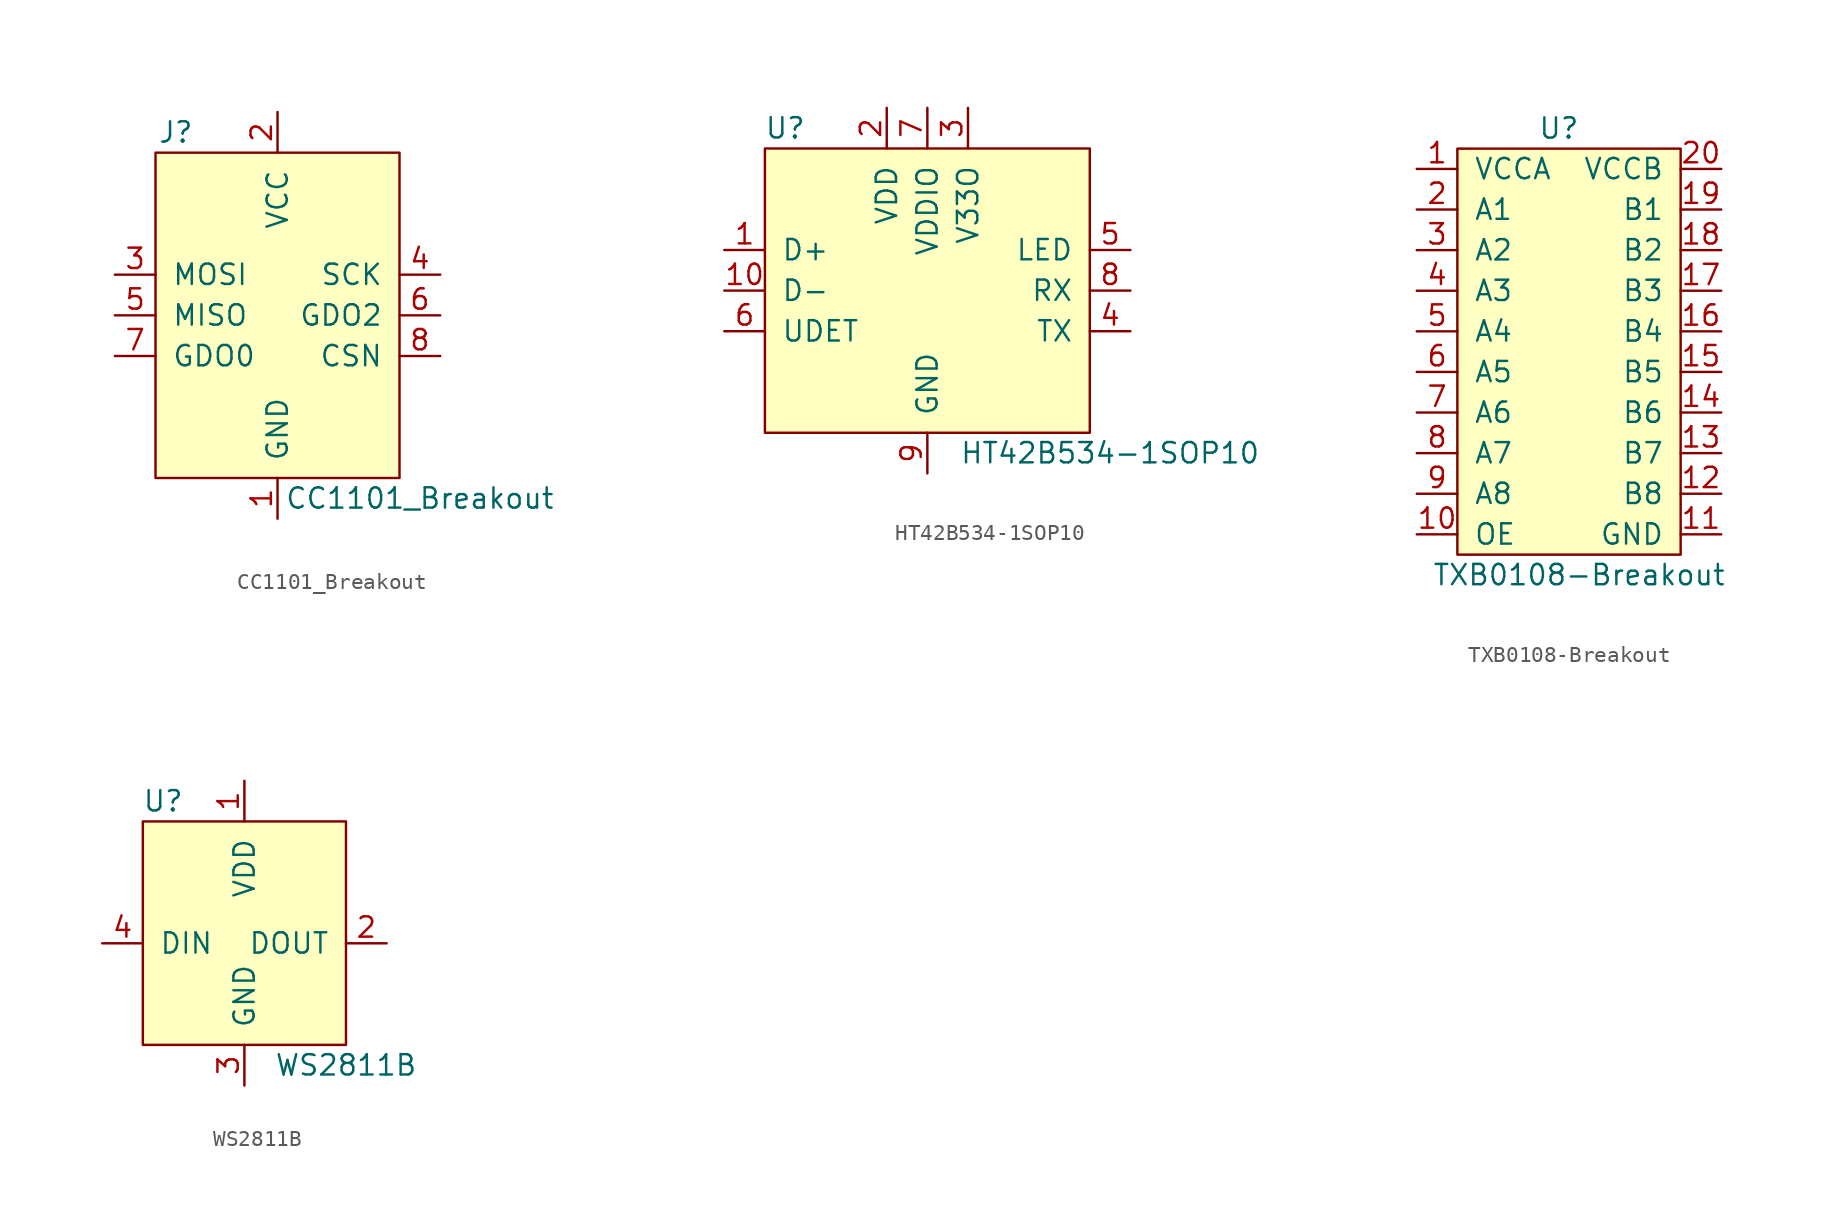
<source format=kicad_sym>
(kicad_symbol_lib
  (version 20220914)
  (generator kicad_symbol_editor)
  (symbol "CC1101_Breakout"
    (pin_names
      (offset 1.016))
    (property "Reference" "J"
      (at -6.35 10.16 0)
      (effects (font (size 1.27 1.27))))
    (property "Value" "CC1101_Breakout"
      (at 8.89 -12.7 0)
      (effects (font (size 1.27 1.27))))
    (symbol "CC1101_Breakout_0_1"
      (rectangle (start -7.62 8.89) (end 7.62 -11.43) (stroke (width 0) (type solid)) (fill (type background))))
    (symbol "CC1101_Breakout_1_1"
      (pin power_in line (at 0 -13.97 90) (length 2.54) (name "GND" (effects (font (size 1.27 1.27)))) (number "1" (effects (font (size 1.27 1.27)))))
      (pin power_in line (at 0 11.43 270) (length 2.54) (name "VCC" (effects (font (size 1.27 1.27)))) (number "2" (effects (font (size 1.27 1.27)))))
      (pin input line (at -10.16 1.27 0) (length 2.54) (name "MOSI" (effects (font (size 1.27 1.27)))) (number "3" (effects (font (size 1.27 1.27)))))
      (pin input line (at 10.16 1.27 180) (length 2.54) (name "SCK" (effects (font (size 1.27 1.27)))) (number "4" (effects (font (size 1.27 1.27)))))
      (pin output line (at -10.16 -1.27 0) (length 2.54) (name "MISO" (effects (font (size 1.27 1.27)))) (number "5" (effects (font (size 1.27 1.27)))))
      (pin output line (at 10.16 -1.27 180) (length 2.54) (name "GDO2" (effects (font (size 1.27 1.27)))) (number "6" (effects (font (size 1.27 1.27)))))
      (pin output line (at -10.16 -3.81 0) (length 2.54) (name "GDO0" (effects (font (size 1.27 1.27)))) (number "7" (effects (font (size 1.27 1.27)))))
      (pin input line (at 10.16 -3.81 180) (length 2.54) (name "CSN" (effects (font (size 1.27 1.27)))) (number "8" (effects (font (size 1.27 1.27)))))))
  (symbol "HT42B534-1SOP10"
    (pin_names
      (offset 1.016))
    (property "Reference" "U"
      (at -8.89 10.16 0)
      (effects (font (size 1.27 1.27))))
    (property "Value" "HT42B534-1SOP10"
      (at 11.43 -10.16 0)
      (effects (font (size 1.27 1.27))))
    (symbol "HT42B534-1SOP10_0_1"
      (rectangle (start -10.16 8.89) (end 10.16 -8.89) (stroke (width 0) (type solid)) (fill (type background))))
    (symbol "HT42B534-1SOP10_1_1"
      (pin bidirectional line (at -12.7 2.54 0) (length 2.54) (name "D+" (effects (font (size 1.27 1.27)))) (number "1" (effects (font (size 1.27 1.27)))))
      (pin bidirectional line (at -12.7 0 0) (length 2.54) (name "D-" (effects (font (size 1.27 1.27)))) (number "10" (effects (font (size 1.27 1.27)))))
      (pin power_in line (at -2.54 11.43 270) (length 2.54) (name "VDD" (effects (font (size 1.27 1.27)))) (number "2" (effects (font (size 1.27 1.27)))))
      (pin power_out line (at 2.54 11.43 270) (length 2.54) (name "V33O" (effects (font (size 1.27 1.27)))) (number "3" (effects (font (size 1.27 1.27)))))
      (pin output line (at 12.7 -2.54 180) (length 2.54) (name "TX" (effects (font (size 1.27 1.27)))) (number "4" (effects (font (size 1.27 1.27)))))
      (pin open_collector line (at 12.7 2.54 180) (length 2.54) (name "LED" (effects (font (size 1.27 1.27)))) (number "5" (effects (font (size 1.27 1.27)))))
      (pin input line (at -12.7 -2.54 0) (length 2.54) (name "UDET" (effects (font (size 1.27 1.27)))) (number "6" (effects (font (size 1.27 1.27)))))
      (pin power_in line (at 0 11.43 270) (length 2.54) (name "VDDIO" (effects (font (size 1.27 1.27)))) (number "7" (effects (font (size 1.27 1.27)))))
      (pin input line (at 12.7 0 180) (length 2.54) (name "RX" (effects (font (size 1.27 1.27)))) (number "8" (effects (font (size 1.27 1.27)))))
      (pin power_in line (at 0 -11.43 90) (length 2.54) (name "GND" (effects (font (size 1.27 1.27)))) (number "9" (effects (font (size 1.27 1.27)))))))
  (symbol "TXB0108-Breakout"
    (pin_names
      (offset 1.016))
    (property "Reference" "U"
      (at -1.27 13.97 0)
      (effects (font (size 1.27 1.27))))
    (property "Value" "TXB0108-Breakout"
      (at 0 -13.97 0)
      (effects (font (size 1.27 1.27))))
    (symbol "TXB0108-Breakout_0_1"
      (rectangle (start -7.62 12.7) (end 6.35 -12.7) (stroke (width 0) (type solid)) (fill (type background))))
    (symbol "TXB0108-Breakout_1_1"
      (pin power_in line (at -10.16 11.43 0) (length 2.54) (name "VCCA" (effects (font (size 1.27 1.27)))) (number "1" (effects (font (size 1.27 1.27)))))
      (pin input line (at -10.16 -11.43 0) (length 2.54) (name "OE" (effects (font (size 1.27 1.27)))) (number "10" (effects (font (size 1.27 1.27)))))
      (pin power_in line (at 8.89 -11.43 180) (length 2.54) (name "GND" (effects (font (size 1.27 1.27)))) (number "11" (effects (font (size 1.27 1.27)))))
      (pin bidirectional line (at 8.89 -8.89 180) (length 2.54) (name "B8" (effects (font (size 1.27 1.27)))) (number "12" (effects (font (size 1.27 1.27)))))
      (pin bidirectional line (at 8.89 -6.35 180) (length 2.54) (name "B7" (effects (font (size 1.27 1.27)))) (number "13" (effects (font (size 1.27 1.27)))))
      (pin bidirectional line (at 8.89 -3.81 180) (length 2.54) (name "B6" (effects (font (size 1.27 1.27)))) (number "14" (effects (font (size 1.27 1.27)))))
      (pin bidirectional line (at 8.89 -1.27 180) (length 2.54) (name "B5" (effects (font (size 1.27 1.27)))) (number "15" (effects (font (size 1.27 1.27)))))
      (pin bidirectional line (at 8.89 1.27 180) (length 2.54) (name "B4" (effects (font (size 1.27 1.27)))) (number "16" (effects (font (size 1.27 1.27)))))
      (pin bidirectional line (at 8.89 3.81 180) (length 2.54) (name "B3" (effects (font (size 1.27 1.27)))) (number "17" (effects (font (size 1.27 1.27)))))
      (pin bidirectional line (at 8.89 6.35 180) (length 2.54) (name "B2" (effects (font (size 1.27 1.27)))) (number "18" (effects (font (size 1.27 1.27)))))
      (pin bidirectional line (at 8.89 8.89 180) (length 2.54) (name "B1" (effects (font (size 1.27 1.27)))) (number "19" (effects (font (size 1.27 1.27)))))
      (pin bidirectional line (at -10.16 8.89 0) (length 2.54) (name "A1" (effects (font (size 1.27 1.27)))) (number "2" (effects (font (size 1.27 1.27)))))
      (pin power_in line (at 8.89 11.43 180) (length 2.54) (name "VCCB" (effects (font (size 1.27 1.27)))) (number "20" (effects (font (size 1.27 1.27)))))
      (pin bidirectional line (at -10.16 6.35 0) (length 2.54) (name "A2" (effects (font (size 1.27 1.27)))) (number "3" (effects (font (size 1.27 1.27)))))
      (pin bidirectional line (at -10.16 3.81 0) (length 2.54) (name "A3" (effects (font (size 1.27 1.27)))) (number "4" (effects (font (size 1.27 1.27)))))
      (pin bidirectional line (at -10.16 1.27 0) (length 2.54) (name "A4" (effects (font (size 1.27 1.27)))) (number "5" (effects (font (size 1.27 1.27)))))
      (pin bidirectional line (at -10.16 -1.27 0) (length 2.54) (name "A5" (effects (font (size 1.27 1.27)))) (number "6" (effects (font (size 1.27 1.27)))))
      (pin bidirectional line (at -10.16 -3.81 0) (length 2.54) (name "A6" (effects (font (size 1.27 1.27)))) (number "7" (effects (font (size 1.27 1.27)))))
      (pin bidirectional line (at -10.16 -6.35 0) (length 2.54) (name "A7" (effects (font (size 1.27 1.27)))) (number "8" (effects (font (size 1.27 1.27)))))
      (pin bidirectional line (at -10.16 -8.89 0) (length 2.54) (name "A8" (effects (font (size 1.27 1.27)))) (number "9" (effects (font (size 1.27 1.27)))))))
  (symbol "WS2811B"
    (pin_names
      (offset 1.016))
    (property "Reference" "U"
      (at -5.08 13.97 0)
      (effects (font (size 1.27 1.27))))
    (property "Value" "WS2811B"
      (at 6.35 -2.54 0)
      (effects (font (size 1.27 1.27))))
    (symbol "WS2811B_0_1"
      (rectangle (start -6.35 12.7) (end 6.35 -1.27) (stroke (width 0) (type solid)) (fill (type background))))
    (symbol "WS2811B_1_1"
      (pin power_in line (at 0 15.24 270) (length 2.54) (name "VDD" (effects (font (size 1.27 1.27)))) (number "1" (effects (font (size 1.27 1.27)))))
      (pin output line (at 8.89 5.08 180) (length 2.54) (name "DOUT" (effects (font (size 1.27 1.27)))) (number "2" (effects (font (size 1.27 1.27)))))
      (pin power_in line (at 0 -3.81 90) (length 2.54) (name "GND" (effects (font (size 1.27 1.27)))) (number "3" (effects (font (size 1.27 1.27)))))
      (pin input line (at -8.89 5.08 0) (length 2.54) (name "DIN" (effects (font (size 1.27 1.27)))) (number "4" (effects (font (size 1.27 1.27))))))))
</source>
